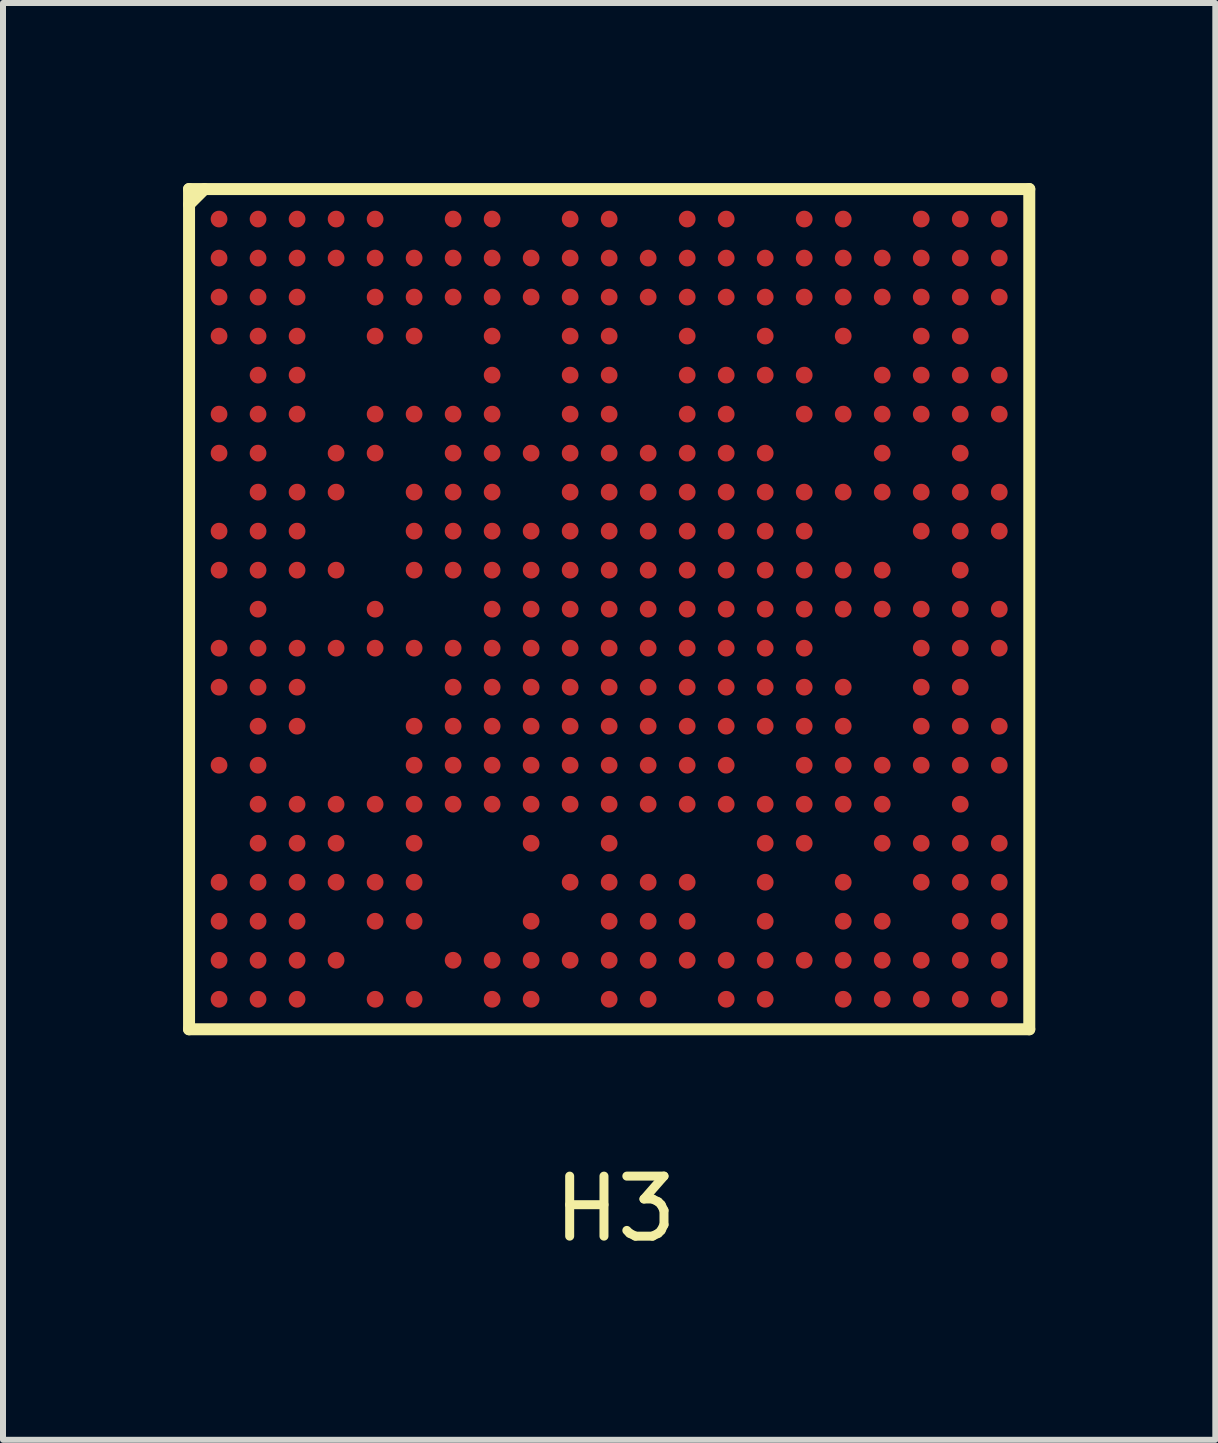
<source format=kicad_pcb>
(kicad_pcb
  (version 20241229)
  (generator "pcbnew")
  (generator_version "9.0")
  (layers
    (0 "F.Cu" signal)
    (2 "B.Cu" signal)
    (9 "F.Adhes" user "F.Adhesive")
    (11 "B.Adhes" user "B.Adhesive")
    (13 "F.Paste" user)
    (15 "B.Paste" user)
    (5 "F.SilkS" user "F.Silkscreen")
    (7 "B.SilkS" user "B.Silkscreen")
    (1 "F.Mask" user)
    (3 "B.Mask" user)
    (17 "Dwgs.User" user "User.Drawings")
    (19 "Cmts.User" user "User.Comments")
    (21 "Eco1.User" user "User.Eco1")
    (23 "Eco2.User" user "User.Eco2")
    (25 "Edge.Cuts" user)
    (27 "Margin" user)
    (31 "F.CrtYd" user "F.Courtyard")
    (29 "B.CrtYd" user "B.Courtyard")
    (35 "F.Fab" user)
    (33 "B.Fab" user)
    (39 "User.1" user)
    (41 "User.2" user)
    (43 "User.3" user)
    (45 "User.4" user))
  (footprint "H3"
    (layer "F.Cu")
    (at 7.204 7.092)
    (property "Reference" "H3" (at 0 10 0) (layer "F.SilkS") (effects (font (size 1 1) (thickness 0.15))))
    (attr through_hole)
    (fp_line (start -7.104 -6.992) (end -7.104 7.008) (stroke (width 0.2) (type solid)) (layer "F.SilkS"))
    (fp_line (start -7.104 7.008) (end 6.896 7.008) (stroke (width 0.2) (type solid)) (layer "F.SilkS"))
    (fp_line (start -6.847 -6.992) (end -7.104 -6.735) (stroke (width 0.2) (type solid)) (layer "F.SilkS"))
    (fp_line (start 6.896 -6.992) (end -7.104 -6.992) (stroke (width 0.2) (type solid)) (layer "F.SilkS"))
    (fp_line (start 6.896 7.008) (end 6.896 -6.992) (stroke (width 0.2) (type solid)) (layer "F.SilkS"))
    (fp_poly (pts (xy -6.847 -6.992) (xy -7.104 -6.735) (xy -7.104 -6.992)) (stroke (width 0) (type solid)) (fill yes) (layer "F.SilkS"))
    (fp_line (start -7.104 -6.992) (end 6.896 -6.992) (stroke (width 0.1) (type solid)) (layer "Eco1.User"))
    (fp_line (start -7.104 7.008) (end -7.104 -6.992) (stroke (width 0.1) (type solid)) (layer "Eco1.User"))
    (fp_line (start -0.104 0.508) (end -0.104 -0.492) (stroke (width 0.1) (type solid)) (layer "Eco1.User"))
    (fp_line (start 0.396 0.008) (end -0.604 0.008) (stroke (width 0.1) (type solid)) (layer "Eco1.User"))
    (fp_line (start 6.896 -6.992) (end 6.896 7.008) (stroke (width 0.1) (type solid)) (layer "Eco1.User"))
    (fp_line (start 6.896 7.008) (end -7.104 7.008) (stroke (width 0.1) (type solid)) (layer "Eco1.User"))
    (pad "A1" smd circle (at -6.604 -6.492) (size 0.279 0.279) (layers "F.Cu" "F.Mask" "F.Paste"))
    (pad "A2" smd circle (at -5.954 -6.492) (size 0.279 0.279) (layers "F.Cu" "F.Mask" "F.Paste"))
    (pad "A3" smd circle (at -5.304 -6.492) (size 0.279 0.279) (layers "F.Cu" "F.Mask" "F.Paste"))
    (pad "A4" smd circle (at -4.654 -6.492) (size 0.279 0.279) (layers "F.Cu" "F.Mask" "F.Paste"))
    (pad "A5" smd circle (at -4.004 -6.492) (size 0.279 0.279) (layers "F.Cu" "F.Mask" "F.Paste"))
    (pad "A7" smd circle (at -2.704 -6.492) (size 0.279 0.279) (layers "F.Cu" "F.Mask" "F.Paste"))
    (pad "A8" smd circle (at -2.054 -6.492) (size 0.279 0.279) (layers "F.Cu" "F.Mask" "F.Paste"))
    (pad "A10" smd circle (at -0.754 -6.492) (size 0.279 0.279) (layers "F.Cu" "F.Mask" "F.Paste"))
    (pad "A11" smd circle (at -0.104 -6.492) (size 0.279 0.279) (layers "F.Cu" "F.Mask" "F.Paste"))
    (pad "A13" smd circle (at 1.196 -6.492) (size 0.279 0.279) (layers "F.Cu" "F.Mask" "F.Paste"))
    (pad "A14" smd circle (at 1.846 -6.492) (size 0.279 0.279) (layers "F.Cu" "F.Mask" "F.Paste"))
    (pad "A16" smd circle (at 3.146 -6.492) (size 0.279 0.279) (layers "F.Cu" "F.Mask" "F.Paste"))
    (pad "A17" smd circle (at 3.796 -6.492) (size 0.279 0.279) (layers "F.Cu" "F.Mask" "F.Paste"))
    (pad "A19" smd circle (at 5.096 -6.492) (size 0.279 0.279) (layers "F.Cu" "F.Mask" "F.Paste"))
    (pad "A20" smd circle (at 5.746 -6.492) (size 0.279 0.279) (layers "F.Cu" "F.Mask" "F.Paste"))
    (pad "A21" smd circle (at 6.396 -6.492) (size 0.279 0.279) (layers "F.Cu" "F.Mask" "F.Paste"))
    (pad "AA1" smd circle (at -6.604 6.508) (size 0.279 0.279) (layers "F.Cu" "F.Mask" "F.Paste"))
    (pad "AA2" smd circle (at -5.954 6.508) (size 0.279 0.279) (layers "F.Cu" "F.Mask" "F.Paste"))
    (pad "AA3" smd circle (at -5.304 6.508) (size 0.279 0.279) (layers "F.Cu" "F.Mask" "F.Paste"))
    (pad "AA5" smd circle (at -4.004 6.508) (size 0.279 0.279) (layers "F.Cu" "F.Mask" "F.Paste"))
    (pad "AA6" smd circle (at -3.354 6.508) (size 0.279 0.279) (layers "F.Cu" "F.Mask" "F.Paste"))
    (pad "AA8" smd circle (at -2.054 6.508) (size 0.279 0.279) (layers "F.Cu" "F.Mask" "F.Paste"))
    (pad "AA9" smd circle (at -1.404 6.508) (size 0.279 0.279) (layers "F.Cu" "F.Mask" "F.Paste"))
    (pad "AA11" smd circle (at -0.104 6.508) (size 0.279 0.279) (layers "F.Cu" "F.Mask" "F.Paste"))
    (pad "AA12" smd circle (at 0.546 6.508) (size 0.279 0.279) (layers "F.Cu" "F.Mask" "F.Paste"))
    (pad "AA14" smd circle (at 1.846 6.508) (size 0.279 0.279) (layers "F.Cu" "F.Mask" "F.Paste"))
    (pad "AA15" smd circle (at 2.496 6.508) (size 0.279 0.279) (layers "F.Cu" "F.Mask" "F.Paste"))
    (pad "AA17" smd circle (at 3.796 6.508) (size 0.279 0.279) (layers "F.Cu" "F.Mask" "F.Paste"))
    (pad "AA18" smd circle (at 4.446 6.508) (size 0.279 0.279) (layers "F.Cu" "F.Mask" "F.Paste"))
    (pad "AA19" smd circle (at 5.096 6.508) (size 0.279 0.279) (layers "F.Cu" "F.Mask" "F.Paste"))
    (pad "AA20" smd circle (at 5.746 6.508) (size 0.279 0.279) (layers "F.Cu" "F.Mask" "F.Paste"))
    (pad "AA21" smd circle (at 6.396 6.508) (size 0.279 0.279) (layers "F.Cu" "F.Mask" "F.Paste"))
    (pad "B1" smd circle (at -6.604 -5.842) (size 0.279 0.279) (layers "F.Cu" "F.Mask" "F.Paste"))
    (pad "B2" smd circle (at -5.954 -5.842) (size 0.279 0.279) (layers "F.Cu" "F.Mask" "F.Paste"))
    (pad "B3" smd circle (at -5.304 -5.842) (size 0.279 0.279) (layers "F.Cu" "F.Mask" "F.Paste"))
    (pad "B4" smd circle (at -4.654 -5.842) (size 0.279 0.279) (layers "F.Cu" "F.Mask" "F.Paste"))
    (pad "B5" smd circle (at -4.004 -5.842) (size 0.279 0.279) (layers "F.Cu" "F.Mask" "F.Paste"))
    (pad "B6" smd circle (at -3.354 -5.842) (size 0.279 0.279) (layers "F.Cu" "F.Mask" "F.Paste"))
    (pad "B7" smd circle (at -2.704 -5.842) (size 0.279 0.279) (layers "F.Cu" "F.Mask" "F.Paste"))
    (pad "B8" smd circle (at -2.054 -5.842) (size 0.279 0.279) (layers "F.Cu" "F.Mask" "F.Paste"))
    (pad "B9" smd circle (at -1.404 -5.842) (size 0.279 0.279) (layers "F.Cu" "F.Mask" "F.Paste"))
    (pad "B10" smd circle (at -0.754 -5.842) (size 0.279 0.279) (layers "F.Cu" "F.Mask" "F.Paste"))
    (pad "B11" smd circle (at -0.104 -5.842) (size 0.279 0.279) (layers "F.Cu" "F.Mask" "F.Paste"))
    (pad "B12" smd circle (at 0.546 -5.842) (size 0.279 0.279) (layers "F.Cu" "F.Mask" "F.Paste"))
    (pad "B13" smd circle (at 1.196 -5.842) (size 0.279 0.279) (layers "F.Cu" "F.Mask" "F.Paste"))
    (pad "B14" smd circle (at 1.846 -5.842) (size 0.279 0.279) (layers "F.Cu" "F.Mask" "F.Paste"))
    (pad "B15" smd circle (at 2.496 -5.842) (size 0.279 0.279) (layers "F.Cu" "F.Mask" "F.Paste"))
    (pad "B16" smd circle (at 3.146 -5.842) (size 0.279 0.279) (layers "F.Cu" "F.Mask" "F.Paste"))
    (pad "B17" smd circle (at 3.796 -5.842) (size 0.279 0.279) (layers "F.Cu" "F.Mask" "F.Paste"))
    (pad "B18" smd circle (at 4.446 -5.842) (size 0.279 0.279) (layers "F.Cu" "F.Mask" "F.Paste"))
    (pad "B19" smd circle (at 5.096 -5.842) (size 0.279 0.279) (layers "F.Cu" "F.Mask" "F.Paste"))
    (pad "B20" smd circle (at 5.746 -5.842) (size 0.279 0.279) (layers "F.Cu" "F.Mask" "F.Paste"))
    (pad "B21" smd circle (at 6.396 -5.842) (size 0.279 0.279) (layers "F.Cu" "F.Mask" "F.Paste"))
    (pad "C1" smd circle (at -6.604 -5.192) (size 0.279 0.279) (layers "F.Cu" "F.Mask" "F.Paste"))
    (pad "C2" smd circle (at -5.954 -5.192) (size 0.279 0.279) (layers "F.Cu" "F.Mask" "F.Paste"))
    (pad "C3" smd circle (at -5.304 -5.192) (size 0.279 0.279) (layers "F.Cu" "F.Mask" "F.Paste"))
    (pad "C5" smd circle (at -4.004 -5.192) (size 0.279 0.279) (layers "F.Cu" "F.Mask" "F.Paste"))
    (pad "C6" smd circle (at -3.354 -5.192) (size 0.279 0.279) (layers "F.Cu" "F.Mask" "F.Paste"))
    (pad "C7" smd circle (at -2.704 -5.192) (size 0.279 0.279) (layers "F.Cu" "F.Mask" "F.Paste"))
    (pad "C8" smd circle (at -2.054 -5.192) (size 0.279 0.279) (layers "F.Cu" "F.Mask" "F.Paste"))
    (pad "C9" smd circle (at -1.404 -5.192) (size 0.279 0.279) (layers "F.Cu" "F.Mask" "F.Paste"))
    (pad "C10" smd circle (at -0.754 -5.192) (size 0.279 0.279) (layers "F.Cu" "F.Mask" "F.Paste"))
    (pad "C11" smd circle (at -0.104 -5.192) (size 0.279 0.279) (layers "F.Cu" "F.Mask" "F.Paste"))
    (pad "C12" smd circle (at 0.546 -5.192) (size 0.279 0.279) (layers "F.Cu" "F.Mask" "F.Paste"))
    (pad "C13" smd circle (at 1.196 -5.192) (size 0.279 0.279) (layers "F.Cu" "F.Mask" "F.Paste"))
    (pad "C14" smd circle (at 1.846 -5.192) (size 0.279 0.279) (layers "F.Cu" "F.Mask" "F.Paste"))
    (pad "C15" smd circle (at 2.496 -5.192) (size 0.279 0.279) (layers "F.Cu" "F.Mask" "F.Paste"))
    (pad "C16" smd circle (at 3.146 -5.192) (size 0.279 0.279) (layers "F.Cu" "F.Mask" "F.Paste"))
    (pad "C17" smd circle (at 3.796 -5.192) (size 0.279 0.279) (layers "F.Cu" "F.Mask" "F.Paste"))
    (pad "C18" smd circle (at 4.446 -5.192) (size 0.279 0.279) (layers "F.Cu" "F.Mask" "F.Paste"))
    (pad "C19" smd circle (at 5.096 -5.192) (size 0.279 0.279) (layers "F.Cu" "F.Mask" "F.Paste"))
    (pad "C20" smd circle (at 5.746 -5.192) (size 0.279 0.279) (layers "F.Cu" "F.Mask" "F.Paste"))
    (pad "C21" smd circle (at 6.396 -5.192) (size 0.279 0.279) (layers "F.Cu" "F.Mask" "F.Paste"))
    (pad "D1" smd circle (at -6.604 -4.542) (size 0.279 0.279) (layers "F.Cu" "F.Mask" "F.Paste"))
    (pad "D2" smd circle (at -5.954 -4.542) (size 0.279 0.279) (layers "F.Cu" "F.Mask" "F.Paste"))
    (pad "D3" smd circle (at -5.304 -4.542) (size 0.279 0.279) (layers "F.Cu" "F.Mask" "F.Paste"))
    (pad "D5" smd circle (at -4.004 -4.542) (size 0.279 0.279) (layers "F.Cu" "F.Mask" "F.Paste"))
    (pad "D6" smd circle (at -3.354 -4.542) (size 0.279 0.279) (layers "F.Cu" "F.Mask" "F.Paste"))
    (pad "D8" smd circle (at -2.054 -4.542) (size 0.279 0.279) (layers "F.Cu" "F.Mask" "F.Paste"))
    (pad "D10" smd circle (at -0.754 -4.542) (size 0.279 0.279) (layers "F.Cu" "F.Mask" "F.Paste"))
    (pad "D11" smd circle (at -0.104 -4.542) (size 0.279 0.279) (layers "F.Cu" "F.Mask" "F.Paste"))
    (pad "D13" smd circle (at 1.196 -4.542) (size 0.279 0.279) (layers "F.Cu" "F.Mask" "F.Paste"))
    (pad "D15" smd circle (at 2.496 -4.542) (size 0.279 0.279) (layers "F.Cu" "F.Mask" "F.Paste"))
    (pad "D17" smd circle (at 3.796 -4.542) (size 0.279 0.279) (layers "F.Cu" "F.Mask" "F.Paste"))
    (pad "D19" smd circle (at 5.096 -4.542) (size 0.279 0.279) (layers "F.Cu" "F.Mask" "F.Paste"))
    (pad "D20" smd circle (at 5.746 -4.542) (size 0.279 0.279) (layers "F.Cu" "F.Mask" "F.Paste"))
    (pad "E2" smd circle (at -5.954 -3.892) (size 0.279 0.279) (layers "F.Cu" "F.Mask" "F.Paste"))
    (pad "E3" smd circle (at -5.304 -3.892) (size 0.279 0.279) (layers "F.Cu" "F.Mask" "F.Paste"))
    (pad "E8" smd circle (at -2.054 -3.892) (size 0.279 0.279) (layers "F.Cu" "F.Mask" "F.Paste"))
    (pad "E10" smd circle (at -0.754 -3.892) (size 0.279 0.279) (layers "F.Cu" "F.Mask" "F.Paste"))
    (pad "E11" smd circle (at -0.104 -3.892) (size 0.279 0.279) (layers "F.Cu" "F.Mask" "F.Paste"))
    (pad "E13" smd circle (at 1.196 -3.892) (size 0.279 0.279) (layers "F.Cu" "F.Mask" "F.Paste"))
    (pad "E14" smd circle (at 1.846 -3.892) (size 0.279 0.279) (layers "F.Cu" "F.Mask" "F.Paste"))
    (pad "E15" smd circle (at 2.496 -3.892) (size 0.279 0.279) (layers "F.Cu" "F.Mask" "F.Paste"))
    (pad "E16" smd circle (at 3.146 -3.892) (size 0.279 0.279) (layers "F.Cu" "F.Mask" "F.Paste"))
    (pad "E18" smd circle (at 4.446 -3.892) (size 0.279 0.279) (layers "F.Cu" "F.Mask" "F.Paste"))
    (pad "E19" smd circle (at 5.096 -3.892) (size 0.279 0.279) (layers "F.Cu" "F.Mask" "F.Paste"))
    (pad "E20" smd circle (at 5.746 -3.892) (size 0.279 0.279) (layers "F.Cu" "F.Mask" "F.Paste"))
    (pad "E21" smd circle (at 6.396 -3.892) (size 0.279 0.279) (layers "F.Cu" "F.Mask" "F.Paste"))
    (pad "F1" smd circle (at -6.604 -3.242) (size 0.279 0.279) (layers "F.Cu" "F.Mask" "F.Paste"))
    (pad "F2" smd circle (at -5.954 -3.242) (size 0.279 0.279) (layers "F.Cu" "F.Mask" "F.Paste"))
    (pad "F3" smd circle (at -5.304 -3.242) (size 0.279 0.279) (layers "F.Cu" "F.Mask" "F.Paste"))
    (pad "F5" smd circle (at -4.004 -3.242) (size 0.279 0.279) (layers "F.Cu" "F.Mask" "F.Paste"))
    (pad "F6" smd circle (at -3.354 -3.242) (size 0.279 0.279) (layers "F.Cu" "F.Mask" "F.Paste"))
    (pad "F7" smd circle (at -2.704 -3.242) (size 0.279 0.279) (layers "F.Cu" "F.Mask" "F.Paste"))
    (pad "F8" smd circle (at -2.054 -3.242) (size 0.279 0.279) (layers "F.Cu" "F.Mask" "F.Paste"))
    (pad "F10" smd circle (at -0.754 -3.242) (size 0.279 0.279) (layers "F.Cu" "F.Mask" "F.Paste"))
    (pad "F11" smd circle (at -0.104 -3.242) (size 0.279 0.279) (layers "F.Cu" "F.Mask" "F.Paste"))
    (pad "F13" smd circle (at 1.196 -3.242) (size 0.279 0.279) (layers "F.Cu" "F.Mask" "F.Paste"))
    (pad "F14" smd circle (at 1.846 -3.242) (size 0.279 0.279) (layers "F.Cu" "F.Mask" "F.Paste"))
    (pad "F16" smd circle (at 3.146 -3.242) (size 0.279 0.279) (layers "F.Cu" "F.Mask" "F.Paste"))
    (pad "F17" smd circle (at 3.796 -3.242) (size 0.279 0.279) (layers "F.Cu" "F.Mask" "F.Paste"))
    (pad "F18" smd circle (at 4.446 -3.242) (size 0.279 0.279) (layers "F.Cu" "F.Mask" "F.Paste"))
    (pad "F19" smd circle (at 5.096 -3.242) (size 0.279 0.279) (layers "F.Cu" "F.Mask" "F.Paste"))
    (pad "F20" smd circle (at 5.746 -3.242) (size 0.279 0.279) (layers "F.Cu" "F.Mask" "F.Paste"))
    (pad "F21" smd circle (at 6.396 -3.242) (size 0.279 0.279) (layers "F.Cu" "F.Mask" "F.Paste"))
    (pad "G1" smd circle (at -6.604 -2.592) (size 0.279 0.279) (layers "F.Cu" "F.Mask" "F.Paste"))
    (pad "G2" smd circle (at -5.954 -2.592) (size 0.279 0.279) (layers "F.Cu" "F.Mask" "F.Paste"))
    (pad "G4" smd circle (at -4.654 -2.592) (size 0.279 0.279) (layers "F.Cu" "F.Mask" "F.Paste"))
    (pad "G5" smd circle (at -4.004 -2.592) (size 0.279 0.279) (layers "F.Cu" "F.Mask" "F.Paste"))
    (pad "G7" smd circle (at -2.704 -2.592) (size 0.279 0.279) (layers "F.Cu" "F.Mask" "F.Paste"))
    (pad "G8" smd circle (at -2.054 -2.592) (size 0.279 0.279) (layers "F.Cu" "F.Mask" "F.Paste"))
    (pad "G9" smd circle (at -1.404 -2.592) (size 0.279 0.279) (layers "F.Cu" "F.Mask" "F.Paste"))
    (pad "G10" smd circle (at -0.754 -2.592) (size 0.279 0.279) (layers "F.Cu" "F.Mask" "F.Paste"))
    (pad "G11" smd circle (at -0.104 -2.592) (size 0.279 0.279) (layers "F.Cu" "F.Mask" "F.Paste"))
    (pad "G12" smd circle (at 0.546 -2.592) (size 0.279 0.279) (layers "F.Cu" "F.Mask" "F.Paste"))
    (pad "G13" smd circle (at 1.196 -2.592) (size 0.279 0.279) (layers "F.Cu" "F.Mask" "F.Paste"))
    (pad "G14" smd circle (at 1.846 -2.592) (size 0.279 0.279) (layers "F.Cu" "F.Mask" "F.Paste"))
    (pad "G15" smd circle (at 2.496 -2.592) (size 0.279 0.279) (layers "F.Cu" "F.Mask" "F.Paste"))
    (pad "G18" smd circle (at 4.446 -2.592) (size 0.279 0.279) (layers "F.Cu" "F.Mask" "F.Paste"))
    (pad "G20" smd circle (at 5.746 -2.592) (size 0.279 0.279) (layers "F.Cu" "F.Mask" "F.Paste"))
    (pad "H2" smd circle (at -5.954 -1.942) (size 0.279 0.279) (layers "F.Cu" "F.Mask" "F.Paste"))
    (pad "H3" smd circle (at -5.304 -1.942) (size 0.279 0.279) (layers "F.Cu" "F.Mask" "F.Paste"))
    (pad "H4" smd circle (at -4.654 -1.942) (size 0.279 0.279) (layers "F.Cu" "F.Mask" "F.Paste"))
    (pad "H6" smd circle (at -3.354 -1.942) (size 0.279 0.279) (layers "F.Cu" "F.Mask" "F.Paste"))
    (pad "H7" smd circle (at -2.704 -1.942) (size 0.279 0.279) (layers "F.Cu" "F.Mask" "F.Paste"))
    (pad "H8" smd circle (at -2.054 -1.942) (size 0.279 0.279) (layers "F.Cu" "F.Mask" "F.Paste"))
    (pad "H10" smd circle (at -0.754 -1.942) (size 0.279 0.279) (layers "F.Cu" "F.Mask" "F.Paste"))
    (pad "H11" smd circle (at -0.104 -1.942) (size 0.279 0.279) (layers "F.Cu" "F.Mask" "F.Paste"))
    (pad "H12" smd circle (at 0.546 -1.942) (size 0.279 0.279) (layers "F.Cu" "F.Mask" "F.Paste"))
    (pad "H13" smd circle (at 1.196 -1.942) (size 0.279 0.279) (layers "F.Cu" "F.Mask" "F.Paste"))
    (pad "H14" smd circle (at 1.846 -1.942) (size 0.279 0.279) (layers "F.Cu" "F.Mask" "F.Paste"))
    (pad "H15" smd circle (at 2.496 -1.942) (size 0.279 0.279) (layers "F.Cu" "F.Mask" "F.Paste"))
    (pad "H16" smd circle (at 3.146 -1.942) (size 0.279 0.279) (layers "F.Cu" "F.Mask" "F.Paste"))
    (pad "H17" smd circle (at 3.796 -1.942) (size 0.279 0.279) (layers "F.Cu" "F.Mask" "F.Paste"))
    (pad "H18" smd circle (at 4.446 -1.942) (size 0.279 0.279) (layers "F.Cu" "F.Mask" "F.Paste"))
    (pad "H19" smd circle (at 5.096 -1.942) (size 0.279 0.279) (layers "F.Cu" "F.Mask" "F.Paste"))
    (pad "H20" smd circle (at 5.746 -1.942) (size 0.279 0.279) (layers "F.Cu" "F.Mask" "F.Paste"))
    (pad "H21" smd circle (at 6.396 -1.942) (size 0.279 0.279) (layers "F.Cu" "F.Mask" "F.Paste"))
    (pad "J1" smd circle (at -6.604 -1.292) (size 0.279 0.279) (layers "F.Cu" "F.Mask" "F.Paste"))
    (pad "J2" smd circle (at -5.954 -1.292) (size 0.279 0.279) (layers "F.Cu" "F.Mask" "F.Paste"))
    (pad "J3" smd circle (at -5.304 -1.292) (size 0.279 0.279) (layers "F.Cu" "F.Mask" "F.Paste"))
    (pad "J6" smd circle (at -3.354 -1.292) (size 0.279 0.279) (layers "F.Cu" "F.Mask" "F.Paste"))
    (pad "J7" smd circle (at -2.704 -1.292) (size 0.279 0.279) (layers "F.Cu" "F.Mask" "F.Paste"))
    (pad "J8" smd circle (at -2.054 -1.292) (size 0.279 0.279) (layers "F.Cu" "F.Mask" "F.Paste"))
    (pad "J9" smd circle (at -1.404 -1.292) (size 0.279 0.279) (layers "F.Cu" "F.Mask" "F.Paste"))
    (pad "J10" smd circle (at -0.754 -1.292) (size 0.279 0.279) (layers "F.Cu" "F.Mask" "F.Paste"))
    (pad "J11" smd circle (at -0.104 -1.292) (size 0.279 0.279) (layers "F.Cu" "F.Mask" "F.Paste"))
    (pad "J12" smd circle (at 0.546 -1.292) (size 0.279 0.279) (layers "F.Cu" "F.Mask" "F.Paste"))
    (pad "J13" smd circle (at 1.196 -1.292) (size 0.279 0.279) (layers "F.Cu" "F.Mask" "F.Paste"))
    (pad "J14" smd circle (at 1.846 -1.292) (size 0.279 0.279) (layers "F.Cu" "F.Mask" "F.Paste"))
    (pad "J15" smd circle (at 2.496 -1.292) (size 0.279 0.279) (layers "F.Cu" "F.Mask" "F.Paste"))
    (pad "J16" smd circle (at 3.146 -1.292) (size 0.279 0.279) (layers "F.Cu" "F.Mask" "F.Paste"))
    (pad "J19" smd circle (at 5.096 -1.292) (size 0.279 0.279) (layers "F.Cu" "F.Mask" "F.Paste"))
    (pad "J20" smd circle (at 5.746 -1.292) (size 0.279 0.279) (layers "F.Cu" "F.Mask" "F.Paste"))
    (pad "J21" smd circle (at 6.396 -1.292) (size 0.279 0.279) (layers "F.Cu" "F.Mask" "F.Paste"))
    (pad "K1" smd circle (at -6.604 -0.642) (size 0.279 0.279) (layers "F.Cu" "F.Mask" "F.Paste"))
    (pad "K2" smd circle (at -5.954 -0.642) (size 0.279 0.279) (layers "F.Cu" "F.Mask" "F.Paste"))
    (pad "K3" smd circle (at -5.304 -0.642) (size 0.279 0.279) (layers "F.Cu" "F.Mask" "F.Paste"))
    (pad "K4" smd circle (at -4.654 -0.642) (size 0.279 0.279) (layers "F.Cu" "F.Mask" "F.Paste"))
    (pad "K6" smd circle (at -3.354 -0.642) (size 0.279 0.279) (layers "F.Cu" "F.Mask" "F.Paste"))
    (pad "K7" smd circle (at -2.704 -0.642) (size 0.279 0.279) (layers "F.Cu" "F.Mask" "F.Paste"))
    (pad "K8" smd circle (at -2.054 -0.642) (size 0.279 0.279) (layers "F.Cu" "F.Mask" "F.Paste"))
    (pad "K9" smd circle (at -1.404 -0.642) (size 0.279 0.279) (layers "F.Cu" "F.Mask" "F.Paste"))
    (pad "K10" smd circle (at -0.754 -0.642) (size 0.279 0.279) (layers "F.Cu" "F.Mask" "F.Paste"))
    (pad "K11" smd circle (at -0.104 -0.642) (size 0.279 0.279) (layers "F.Cu" "F.Mask" "F.Paste"))
    (pad "K12" smd circle (at 0.546 -0.642) (size 0.279 0.279) (layers "F.Cu" "F.Mask" "F.Paste"))
    (pad "K13" smd circle (at 1.196 -0.642) (size 0.279 0.279) (layers "F.Cu" "F.Mask" "F.Paste"))
    (pad "K14" smd circle (at 1.846 -0.642) (size 0.279 0.279) (layers "F.Cu" "F.Mask" "F.Paste"))
    (pad "K15" smd circle (at 2.496 -0.642) (size 0.279 0.279) (layers "F.Cu" "F.Mask" "F.Paste"))
    (pad "K16" smd circle (at 3.146 -0.642) (size 0.279 0.279) (layers "F.Cu" "F.Mask" "F.Paste"))
    (pad "K17" smd circle (at 3.796 -0.642) (size 0.279 0.279) (layers "F.Cu" "F.Mask" "F.Paste"))
    (pad "K18" smd circle (at 4.446 -0.642) (size 0.279 0.279) (layers "F.Cu" "F.Mask" "F.Paste"))
    (pad "K20" smd circle (at 5.746 -0.642) (size 0.279 0.279) (layers "F.Cu" "F.Mask" "F.Paste"))
    (pad "L2" smd circle (at -5.954 0.008) (size 0.279 0.279) (layers "F.Cu" "F.Mask" "F.Paste"))
    (pad "L5" smd circle (at -4.004 0.008) (size 0.279 0.279) (layers "F.Cu" "F.Mask" "F.Paste"))
    (pad "L8" smd circle (at -2.054 0.008) (size 0.279 0.279) (layers "F.Cu" "F.Mask" "F.Paste"))
    (pad "L9" smd circle (at -1.404 0.008) (size 0.279 0.279) (layers "F.Cu" "F.Mask" "F.Paste"))
    (pad "L10" smd circle (at -0.754 0.008) (size 0.279 0.279) (layers "F.Cu" "F.Mask" "F.Paste"))
    (pad "L11" smd circle (at -0.104 0.008) (size 0.279 0.279) (layers "F.Cu" "F.Mask" "F.Paste"))
    (pad "L12" smd circle (at 0.546 0.008) (size 0.279 0.279) (layers "F.Cu" "F.Mask" "F.Paste"))
    (pad "L13" smd circle (at 1.196 0.008) (size 0.279 0.279) (layers "F.Cu" "F.Mask" "F.Paste"))
    (pad "L14" smd circle (at 1.846 0.008) (size 0.279 0.279) (layers "F.Cu" "F.Mask" "F.Paste"))
    (pad "L15" smd circle (at 2.496 0.008) (size 0.279 0.279) (layers "F.Cu" "F.Mask" "F.Paste"))
    (pad "L16" smd circle (at 3.146 0.008) (size 0.279 0.279) (layers "F.Cu" "F.Mask" "F.Paste"))
    (pad "L17" smd circle (at 3.796 0.008) (size 0.279 0.279) (layers "F.Cu" "F.Mask" "F.Paste"))
    (pad "L18" smd circle (at 4.446 0.008) (size 0.279 0.279) (layers "F.Cu" "F.Mask" "F.Paste"))
    (pad "L19" smd circle (at 5.096 0.008) (size 0.279 0.279) (layers "F.Cu" "F.Mask" "F.Paste"))
    (pad "L20" smd circle (at 5.746 0.008) (size 0.279 0.279) (layers "F.Cu" "F.Mask" "F.Paste"))
    (pad "L21" smd circle (at 6.396 0.008) (size 0.279 0.279) (layers "F.Cu" "F.Mask" "F.Paste"))
    (pad "M1" smd circle (at -6.604 0.658) (size 0.279 0.279) (layers "F.Cu" "F.Mask" "F.Paste"))
    (pad "M2" smd circle (at -5.954 0.658) (size 0.279 0.279) (layers "F.Cu" "F.Mask" "F.Paste"))
    (pad "M3" smd circle (at -5.304 0.658) (size 0.279 0.279) (layers "F.Cu" "F.Mask" "F.Paste"))
    (pad "M4" smd circle (at -4.654 0.658) (size 0.279 0.279) (layers "F.Cu" "F.Mask" "F.Paste"))
    (pad "M5" smd circle (at -4.004 0.658) (size 0.279 0.279) (layers "F.Cu" "F.Mask" "F.Paste"))
    (pad "M6" smd circle (at -3.354 0.658) (size 0.279 0.279) (layers "F.Cu" "F.Mask" "F.Paste"))
    (pad "M7" smd circle (at -2.704 0.658) (size 0.279 0.279) (layers "F.Cu" "F.Mask" "F.Paste"))
    (pad "M8" smd circle (at -2.054 0.658) (size 0.279 0.279) (layers "F.Cu" "F.Mask" "F.Paste"))
    (pad "M9" smd circle (at -1.404 0.658) (size 0.279 0.279) (layers "F.Cu" "F.Mask" "F.Paste"))
    (pad "M10" smd circle (at -0.754 0.658) (size 0.279 0.279) (layers "F.Cu" "F.Mask" "F.Paste"))
    (pad "M11" smd circle (at -0.104 0.658) (size 0.279 0.279) (layers "F.Cu" "F.Mask" "F.Paste"))
    (pad "M12" smd circle (at 0.546 0.658) (size 0.279 0.279) (layers "F.Cu" "F.Mask" "F.Paste"))
    (pad "M13" smd circle (at 1.196 0.658) (size 0.279 0.279) (layers "F.Cu" "F.Mask" "F.Paste"))
    (pad "M14" smd circle (at 1.846 0.658) (size 0.279 0.279) (layers "F.Cu" "F.Mask" "F.Paste"))
    (pad "M15" smd circle (at 2.496 0.658) (size 0.279 0.279) (layers "F.Cu" "F.Mask" "F.Paste"))
    (pad "M16" smd circle (at 3.146 0.658) (size 0.279 0.279) (layers "F.Cu" "F.Mask" "F.Paste"))
    (pad "M19" smd circle (at 5.096 0.658) (size 0.279 0.279) (layers "F.Cu" "F.Mask" "F.Paste"))
    (pad "M20" smd circle (at 5.746 0.658) (size 0.279 0.279) (layers "F.Cu" "F.Mask" "F.Paste"))
    (pad "M21" smd circle (at 6.396 0.658) (size 0.279 0.279) (layers "F.Cu" "F.Mask" "F.Paste"))
    (pad "N1" smd circle (at -6.604 1.308) (size 0.279 0.279) (layers "F.Cu" "F.Mask" "F.Paste"))
    (pad "N2" smd circle (at -5.954 1.308) (size 0.279 0.279) (layers "F.Cu" "F.Mask" "F.Paste"))
    (pad "N3" smd circle (at -5.304 1.308) (size 0.279 0.279) (layers "F.Cu" "F.Mask" "F.Paste"))
    (pad "N7" smd circle (at -2.704 1.308) (size 0.279 0.279) (layers "F.Cu" "F.Mask" "F.Paste"))
    (pad "N8" smd circle (at -2.054 1.308) (size 0.279 0.279) (layers "F.Cu" "F.Mask" "F.Paste"))
    (pad "N9" smd circle (at -1.404 1.308) (size 0.279 0.279) (layers "F.Cu" "F.Mask" "F.Paste"))
    (pad "N10" smd circle (at -0.754 1.308) (size 0.279 0.279) (layers "F.Cu" "F.Mask" "F.Paste"))
    (pad "N11" smd circle (at -0.104 1.308) (size 0.279 0.279) (layers "F.Cu" "F.Mask" "F.Paste"))
    (pad "N12" smd circle (at 0.546 1.308) (size 0.279 0.279) (layers "F.Cu" "F.Mask" "F.Paste"))
    (pad "N13" smd circle (at 1.196 1.308) (size 0.279 0.279) (layers "F.Cu" "F.Mask" "F.Paste"))
    (pad "N14" smd circle (at 1.846 1.308) (size 0.279 0.279) (layers "F.Cu" "F.Mask" "F.Paste"))
    (pad "N15" smd circle (at 2.496 1.308) (size 0.279 0.279) (layers "F.Cu" "F.Mask" "F.Paste"))
    (pad "N16" smd circle (at 3.146 1.308) (size 0.279 0.279) (layers "F.Cu" "F.Mask" "F.Paste"))
    (pad "N17" smd circle (at 3.796 1.308) (size 0.279 0.279) (layers "F.Cu" "F.Mask" "F.Paste"))
    (pad "N19" smd circle (at 5.096 1.308) (size 0.279 0.279) (layers "F.Cu" "F.Mask" "F.Paste"))
    (pad "N20" smd circle (at 5.746 1.308) (size 0.279 0.279) (layers "F.Cu" "F.Mask" "F.Paste"))
    (pad "P2" smd circle (at -5.954 1.958) (size 0.279 0.279) (layers "F.Cu" "F.Mask" "F.Paste"))
    (pad "P3" smd circle (at -5.304 1.958) (size 0.279 0.279) (layers "F.Cu" "F.Mask" "F.Paste"))
    (pad "P6" smd circle (at -3.354 1.958) (size 0.279 0.279) (layers "F.Cu" "F.Mask" "F.Paste"))
    (pad "P7" smd circle (at -2.704 1.958) (size 0.279 0.279) (layers "F.Cu" "F.Mask" "F.Paste"))
    (pad "P8" smd circle (at -2.054 1.958) (size 0.279 0.279) (layers "F.Cu" "F.Mask" "F.Paste"))
    (pad "P9" smd circle (at -1.404 1.958) (size 0.279 0.279) (layers "F.Cu" "F.Mask" "F.Paste"))
    (pad "P10" smd circle (at -0.754 1.958) (size 0.279 0.279) (layers "F.Cu" "F.Mask" "F.Paste"))
    (pad "P11" smd circle (at -0.104 1.958) (size 0.279 0.279) (layers "F.Cu" "F.Mask" "F.Paste"))
    (pad "P12" smd circle (at 0.546 1.958) (size 0.279 0.279) (layers "F.Cu" "F.Mask" "F.Paste"))
    (pad "P13" smd circle (at 1.196 1.958) (size 0.279 0.279) (layers "F.Cu" "F.Mask" "F.Paste"))
    (pad "P14" smd circle (at 1.846 1.958) (size 0.279 0.279) (layers "F.Cu" "F.Mask" "F.Paste"))
    (pad "P15" smd circle (at 2.496 1.958) (size 0.279 0.279) (layers "F.Cu" "F.Mask" "F.Paste"))
    (pad "P16" smd circle (at 3.146 1.958) (size 0.279 0.279) (layers "F.Cu" "F.Mask" "F.Paste"))
    (pad "P17" smd circle (at 3.796 1.958) (size 0.279 0.279) (layers "F.Cu" "F.Mask" "F.Paste"))
    (pad "P19" smd circle (at 5.096 1.958) (size 0.279 0.279) (layers "F.Cu" "F.Mask" "F.Paste"))
    (pad "P20" smd circle (at 5.746 1.958) (size 0.279 0.279) (layers "F.Cu" "F.Mask" "F.Paste"))
    (pad "P21" smd circle (at 6.396 1.958) (size 0.279 0.279) (layers "F.Cu" "F.Mask" "F.Paste"))
    (pad "R1" smd circle (at -6.604 2.608) (size 0.279 0.279) (layers "F.Cu" "F.Mask" "F.Paste"))
    (pad "R2" smd circle (at -5.954 2.608) (size 0.279 0.279) (layers "F.Cu" "F.Mask" "F.Paste"))
    (pad "R6" smd circle (at -3.354 2.608) (size 0.279 0.279) (layers "F.Cu" "F.Mask" "F.Paste"))
    (pad "R7" smd circle (at -2.704 2.608) (size 0.279 0.279) (layers "F.Cu" "F.Mask" "F.Paste"))
    (pad "R8" smd circle (at -2.054 2.608) (size 0.279 0.279) (layers "F.Cu" "F.Mask" "F.Paste"))
    (pad "R9" smd circle (at -1.404 2.608) (size 0.279 0.279) (layers "F.Cu" "F.Mask" "F.Paste"))
    (pad "R10" smd circle (at -0.754 2.608) (size 0.279 0.279) (layers "F.Cu" "F.Mask" "F.Paste"))
    (pad "R11" smd circle (at -0.104 2.608) (size 0.279 0.279) (layers "F.Cu" "F.Mask" "F.Paste"))
    (pad "R12" smd circle (at 0.546 2.608) (size 0.279 0.279) (layers "F.Cu" "F.Mask" "F.Paste"))
    (pad "R13" smd circle (at 1.196 2.608) (size 0.279 0.279) (layers "F.Cu" "F.Mask" "F.Paste"))
    (pad "R14" smd circle (at 1.846 2.608) (size 0.279 0.279) (layers "F.Cu" "F.Mask" "F.Paste"))
    (pad "R16" smd circle (at 3.146 2.608) (size 0.279 0.279) (layers "F.Cu" "F.Mask" "F.Paste"))
    (pad "R17" smd circle (at 3.796 2.608) (size 0.279 0.279) (layers "F.Cu" "F.Mask" "F.Paste"))
    (pad "R18" smd circle (at 4.446 2.608) (size 0.279 0.279) (layers "F.Cu" "F.Mask" "F.Paste"))
    (pad "R19" smd circle (at 5.096 2.608) (size 0.279 0.279) (layers "F.Cu" "F.Mask" "F.Paste"))
    (pad "R20" smd circle (at 5.746 2.608) (size 0.279 0.279) (layers "F.Cu" "F.Mask" "F.Paste"))
    (pad "R21" smd circle (at 6.396 2.608) (size 0.279 0.279) (layers "F.Cu" "F.Mask" "F.Paste"))
    (pad "T2" smd circle (at -5.954 3.258) (size 0.279 0.279) (layers "F.Cu" "F.Mask" "F.Paste"))
    (pad "T3" smd circle (at -5.304 3.258) (size 0.279 0.279) (layers "F.Cu" "F.Mask" "F.Paste"))
    (pad "T4" smd circle (at -4.654 3.258) (size 0.279 0.279) (layers "F.Cu" "F.Mask" "F.Paste"))
    (pad "T5" smd circle (at -4.004 3.258) (size 0.279 0.279) (layers "F.Cu" "F.Mask" "F.Paste"))
    (pad "T6" smd circle (at -3.354 3.258) (size 0.279 0.279) (layers "F.Cu" "F.Mask" "F.Paste"))
    (pad "T7" smd circle (at -2.704 3.258) (size 0.279 0.279) (layers "F.Cu" "F.Mask" "F.Paste"))
    (pad "T8" smd circle (at -2.054 3.258) (size 0.279 0.279) (layers "F.Cu" "F.Mask" "F.Paste"))
    (pad "T9" smd circle (at -1.404 3.258) (size 0.279 0.279) (layers "F.Cu" "F.Mask" "F.Paste"))
    (pad "T10" smd circle (at -0.754 3.258) (size 0.279 0.279) (layers "F.Cu" "F.Mask" "F.Paste"))
    (pad "T11" smd circle (at -0.104 3.258) (size 0.279 0.279) (layers "F.Cu" "F.Mask" "F.Paste"))
    (pad "T12" smd circle (at 0.546 3.258) (size 0.279 0.279) (layers "F.Cu" "F.Mask" "F.Paste"))
    (pad "T13" smd circle (at 1.196 3.258) (size 0.279 0.279) (layers "F.Cu" "F.Mask" "F.Paste"))
    (pad "T14" smd circle (at 1.846 3.258) (size 0.279 0.279) (layers "F.Cu" "F.Mask" "F.Paste"))
    (pad "T15" smd circle (at 2.496 3.258) (size 0.279 0.279) (layers "F.Cu" "F.Mask" "F.Paste"))
    (pad "T16" smd circle (at 3.146 3.258) (size 0.279 0.279) (layers "F.Cu" "F.Mask" "F.Paste"))
    (pad "T17" smd circle (at 3.796 3.258) (size 0.279 0.279) (layers "F.Cu" "F.Mask" "F.Paste"))
    (pad "T18" smd circle (at 4.446 3.258) (size 0.279 0.279) (layers "F.Cu" "F.Mask" "F.Paste"))
    (pad "T20" smd circle (at 5.746 3.258) (size 0.279 0.279) (layers "F.Cu" "F.Mask" "F.Paste"))
    (pad "U2" smd circle (at -5.954 3.908) (size 0.279 0.279) (layers "F.Cu" "F.Mask" "F.Paste"))
    (pad "U3" smd circle (at -5.304 3.908) (size 0.279 0.279) (layers "F.Cu" "F.Mask" "F.Paste"))
    (pad "U4" smd circle (at -4.654 3.908) (size 0.279 0.279) (layers "F.Cu" "F.Mask" "F.Paste"))
    (pad "U6" smd circle (at -3.354 3.908) (size 0.279 0.279) (layers "F.Cu" "F.Mask" "F.Paste"))
    (pad "U9" smd circle (at -1.404 3.908) (size 0.279 0.279) (layers "F.Cu" "F.Mask" "F.Paste"))
    (pad "U11" smd circle (at -0.104 3.908) (size 0.279 0.279) (layers "F.Cu" "F.Mask" "F.Paste"))
    (pad "U15" smd circle (at 2.496 3.908) (size 0.279 0.279) (layers "F.Cu" "F.Mask" "F.Paste"))
    (pad "U16" smd circle (at 3.146 3.908) (size 0.279 0.279) (layers "F.Cu" "F.Mask" "F.Paste"))
    (pad "U18" smd circle (at 4.446 3.908) (size 0.279 0.279) (layers "F.Cu" "F.Mask" "F.Paste"))
    (pad "U19" smd circle (at 5.096 3.908) (size 0.279 0.279) (layers "F.Cu" "F.Mask" "F.Paste"))
    (pad "U20" smd circle (at 5.746 3.908) (size 0.279 0.279) (layers "F.Cu" "F.Mask" "F.Paste"))
    (pad "U21" smd circle (at 6.396 3.908) (size 0.279 0.279) (layers "F.Cu" "F.Mask" "F.Paste"))
    (pad "V1" smd circle (at -6.604 4.558) (size 0.279 0.279) (layers "F.Cu" "F.Mask" "F.Paste"))
    (pad "V2" smd circle (at -5.954 4.558) (size 0.279 0.279) (layers "F.Cu" "F.Mask" "F.Paste"))
    (pad "V3" smd circle (at -5.304 4.558) (size 0.279 0.279) (layers "F.Cu" "F.Mask" "F.Paste"))
    (pad "V4" smd circle (at -4.654 4.558) (size 0.279 0.279) (layers "F.Cu" "F.Mask" "F.Paste"))
    (pad "V5" smd circle (at -4.004 4.558) (size 0.279 0.279) (layers "F.Cu" "F.Mask" "F.Paste"))
    (pad "V6" smd circle (at -3.354 4.558) (size 0.279 0.279) (layers "F.Cu" "F.Mask" "F.Paste"))
    (pad "V10" smd circle (at -0.754 4.558) (size 0.279 0.279) (layers "F.Cu" "F.Mask" "F.Paste"))
    (pad "V11" smd circle (at -0.104 4.558) (size 0.279 0.279) (layers "F.Cu" "F.Mask" "F.Paste"))
    (pad "V12" smd circle (at 0.546 4.558) (size 0.279 0.279) (layers "F.Cu" "F.Mask" "F.Paste"))
    (pad "V13" smd circle (at 1.196 4.558) (size 0.279 0.279) (layers "F.Cu" "F.Mask" "F.Paste"))
    (pad "V15" smd circle (at 2.496 4.558) (size 0.279 0.279) (layers "F.Cu" "F.Mask" "F.Paste"))
    (pad "V17" smd circle (at 3.796 4.558) (size 0.279 0.279) (layers "F.Cu" "F.Mask" "F.Paste"))
    (pad "V19" smd circle (at 5.096 4.558) (size 0.279 0.279) (layers "F.Cu" "F.Mask" "F.Paste"))
    (pad "V20" smd circle (at 5.746 4.558) (size 0.279 0.279) (layers "F.Cu" "F.Mask" "F.Paste"))
    (pad "V21" smd circle (at 6.396 4.558) (size 0.279 0.279) (layers "F.Cu" "F.Mask" "F.Paste"))
    (pad "W1" smd circle (at -6.604 5.208) (size 0.279 0.279) (layers "F.Cu" "F.Mask" "F.Paste"))
    (pad "W2" smd circle (at -5.954 5.208) (size 0.279 0.279) (layers "F.Cu" "F.Mask" "F.Paste"))
    (pad "W3" smd circle (at -5.304 5.208) (size 0.279 0.279) (layers "F.Cu" "F.Mask" "F.Paste"))
    (pad "W5" smd circle (at -4.004 5.208) (size 0.279 0.279) (layers "F.Cu" "F.Mask" "F.Paste"))
    (pad "W6" smd circle (at -3.354 5.208) (size 0.279 0.279) (layers "F.Cu" "F.Mask" "F.Paste"))
    (pad "W9" smd circle (at -1.404 5.208) (size 0.279 0.279) (layers "F.Cu" "F.Mask" "F.Paste"))
    (pad "W11" smd circle (at -0.104 5.208) (size 0.279 0.279) (layers "F.Cu" "F.Mask" "F.Paste"))
    (pad "W12" smd circle (at 0.546 5.208) (size 0.279 0.279) (layers "F.Cu" "F.Mask" "F.Paste"))
    (pad "W13" smd circle (at 1.196 5.208) (size 0.279 0.279) (layers "F.Cu" "F.Mask" "F.Paste"))
    (pad "W15" smd circle (at 2.496 5.208) (size 0.279 0.279) (layers "F.Cu" "F.Mask" "F.Paste"))
    (pad "W17" smd circle (at 3.796 5.208) (size 0.279 0.279) (layers "F.Cu" "F.Mask" "F.Paste"))
    (pad "W18" smd circle (at 4.446 5.208) (size 0.279 0.279) (layers "F.Cu" "F.Mask" "F.Paste"))
    (pad "W20" smd circle (at 5.746 5.208) (size 0.279 0.279) (layers "F.Cu" "F.Mask" "F.Paste"))
    (pad "W21" smd circle (at 6.396 5.208) (size 0.279 0.279) (layers "F.Cu" "F.Mask" "F.Paste"))
    (pad "Y1" smd circle (at -6.604 5.858) (size 0.279 0.279) (layers "F.Cu" "F.Mask" "F.Paste"))
    (pad "Y2" smd circle (at -5.954 5.858) (size 0.279 0.279) (layers "F.Cu" "F.Mask" "F.Paste"))
    (pad "Y3" smd circle (at -5.304 5.858) (size 0.279 0.279) (layers "F.Cu" "F.Mask" "F.Paste"))
    (pad "Y4" smd circle (at -4.654 5.858) (size 0.279 0.279) (layers "F.Cu" "F.Mask" "F.Paste"))
    (pad "Y7" smd circle (at -2.704 5.858) (size 0.279 0.279) (layers "F.Cu" "F.Mask" "F.Paste"))
    (pad "Y8" smd circle (at -2.054 5.858) (size 0.279 0.279) (layers "F.Cu" "F.Mask" "F.Paste"))
    (pad "Y9" smd circle (at -1.404 5.858) (size 0.279 0.279) (layers "F.Cu" "F.Mask" "F.Paste"))
    (pad "Y10" smd circle (at -0.754 5.858) (size 0.279 0.279) (layers "F.Cu" "F.Mask" "F.Paste"))
    (pad "Y11" smd circle (at -0.104 5.858) (size 0.279 0.279) (layers "F.Cu" "F.Mask" "F.Paste"))
    (pad "Y12" smd circle (at 0.546 5.858) (size 0.279 0.279) (layers "F.Cu" "F.Mask" "F.Paste"))
    (pad "Y13" smd circle (at 1.196 5.858) (size 0.279 0.279) (layers "F.Cu" "F.Mask" "F.Paste"))
    (pad "Y14" smd circle (at 1.846 5.858) (size 0.279 0.279) (layers "F.Cu" "F.Mask" "F.Paste"))
    (pad "Y15" smd circle (at 2.496 5.858) (size 0.279 0.279) (layers "F.Cu" "F.Mask" "F.Paste"))
    (pad "Y16" smd circle (at 3.146 5.858) (size 0.279 0.279) (layers "F.Cu" "F.Mask" "F.Paste"))
    (pad "Y17" smd circle (at 3.796 5.858) (size 0.279 0.279) (layers "F.Cu" "F.Mask" "F.Paste"))
    (pad "Y18" smd circle (at 4.446 5.858) (size 0.279 0.279) (layers "F.Cu" "F.Mask" "F.Paste"))
    (pad "Y19" smd circle (at 5.096 5.858) (size 0.279 0.279) (layers "F.Cu" "F.Mask" "F.Paste"))
    (pad "Y20" smd circle (at 5.746 5.858) (size 0.279 0.279) (layers "F.Cu" "F.Mask" "F.Paste"))
    (pad "Y21" smd circle (at 6.396 5.858) (size 0.279 0.279) (layers "F.Cu" "F.Mask" "F.Paste")))
  (gr_rect
    (start -3 -3)
    (end 17.2 20.94)
    (stroke (width 0.1) (type default))
    (fill no)
    (layer "Edge.Cuts")))
</source>
